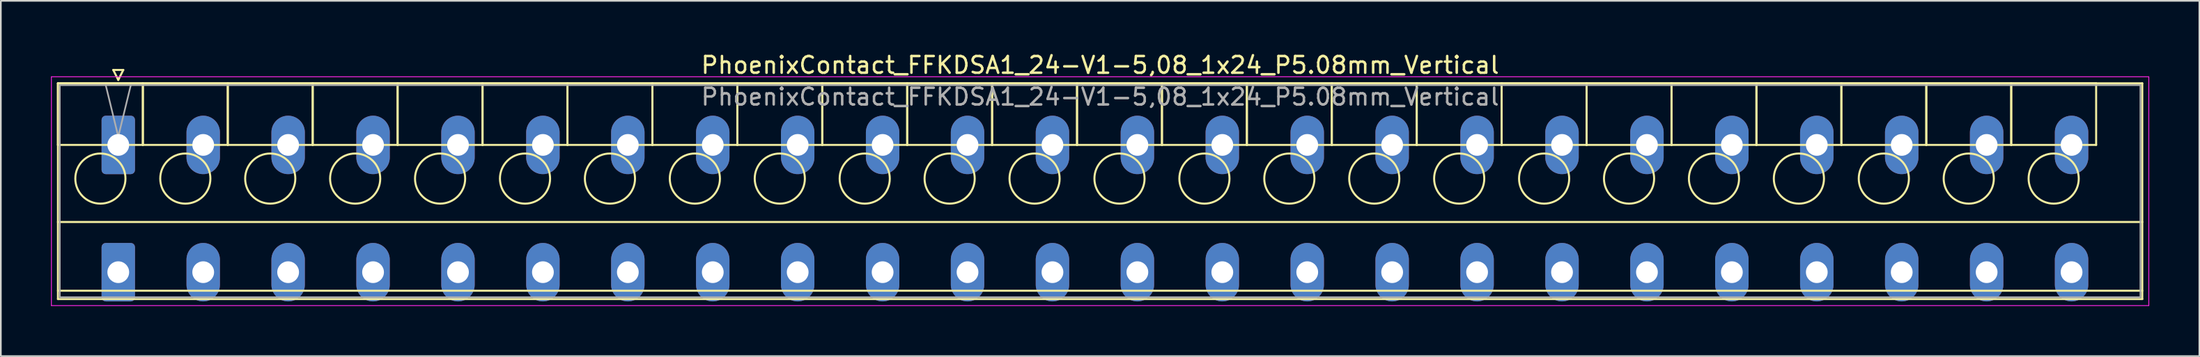
<source format=kicad_pcb>
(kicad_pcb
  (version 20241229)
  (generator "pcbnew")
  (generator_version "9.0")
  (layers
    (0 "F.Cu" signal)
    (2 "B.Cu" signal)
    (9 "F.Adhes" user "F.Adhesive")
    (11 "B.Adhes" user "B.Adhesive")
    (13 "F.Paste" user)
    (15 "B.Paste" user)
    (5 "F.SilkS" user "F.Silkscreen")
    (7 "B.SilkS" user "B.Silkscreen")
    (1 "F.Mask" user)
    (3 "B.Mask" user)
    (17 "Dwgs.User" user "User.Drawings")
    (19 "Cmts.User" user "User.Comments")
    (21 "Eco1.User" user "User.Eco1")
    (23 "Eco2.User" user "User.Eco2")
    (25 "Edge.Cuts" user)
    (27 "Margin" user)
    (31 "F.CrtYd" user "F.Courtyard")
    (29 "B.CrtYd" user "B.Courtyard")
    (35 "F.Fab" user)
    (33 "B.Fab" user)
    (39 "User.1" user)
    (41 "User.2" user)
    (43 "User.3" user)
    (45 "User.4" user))
  (footprint "PhoenixContact_FFKDSA1_24-V1-5,08_1x24_P5.08mm_Vertical"
    (layer "F.Cu")
    (at 4.025 5.628)
    (property "Reference" "PhoenixContact_FFKDSA1_24-V1-5,08_1x24_P5.08mm_Vertical" (at 58.73 -4.78 0) (layer "F.SilkS") (effects (font (size 1 1) (thickness 0.15))))
    (attr through_hole)
    (fp_line (start -3.61 -3.69) (end -3.61 0) (stroke (width 0.12) (type solid)) (layer "F.SilkS"))
    (fp_line (start -3.61 -3.69) (end -3.61 9.23) (stroke (width 0.12) (type solid)) (layer "F.SilkS"))
    (fp_line (start -3.61 0) (end 1.47 0) (stroke (width 0.12) (type solid)) (layer "F.SilkS"))
    (fp_line (start -3.61 4.615) (end 121.07 4.615) (stroke (width 0.12) (type solid)) (layer "F.SilkS"))
    (fp_line (start -3.61 8.73) (end 121.07 8.73) (stroke (width 0.12) (type solid)) (layer "F.SilkS"))
    (fp_line (start -3.61 9.23) (end 121.07 9.23) (stroke (width 0.12) (type solid)) (layer "F.SilkS"))
    (fp_line (start -0.3 -4.49) (end 0.3 -4.49) (stroke (width 0.12) (type solid)) (layer "F.SilkS"))
    (fp_line (start 0 -3.89) (end -0.3 -4.49) (stroke (width 0.12) (type solid)) (layer "F.SilkS"))
    (fp_line (start 0.3 -4.49) (end 0 -3.89) (stroke (width 0.12) (type solid)) (layer "F.SilkS"))
    (fp_line (start 1.47 -3.69) (end -3.61 -3.69) (stroke (width 0.12) (type solid)) (layer "F.SilkS"))
    (fp_line (start 1.47 -3.69) (end 1.47 0) (stroke (width 0.12) (type solid)) (layer "F.SilkS"))
    (fp_line (start 1.47 0) (end 1.47 -3.69) (stroke (width 0.12) (type solid)) (layer "F.SilkS"))
    (fp_line (start 1.47 0) (end 6.55 0) (stroke (width 0.12) (type solid)) (layer "F.SilkS"))
    (fp_line (start 6.55 -3.69) (end 1.47 -3.69) (stroke (width 0.12) (type solid)) (layer "F.SilkS"))
    (fp_line (start 6.55 -3.69) (end 6.55 0) (stroke (width 0.12) (type solid)) (layer "F.SilkS"))
    (fp_line (start 6.55 0) (end 6.55 -3.69) (stroke (width 0.12) (type solid)) (layer "F.SilkS"))
    (fp_line (start 6.55 0) (end 11.63 0) (stroke (width 0.12) (type solid)) (layer "F.SilkS"))
    (fp_line (start 11.63 -3.69) (end 6.55 -3.69) (stroke (width 0.12) (type solid)) (layer "F.SilkS"))
    (fp_line (start 11.63 -3.69) (end 11.63 0) (stroke (width 0.12) (type solid)) (layer "F.SilkS"))
    (fp_line (start 11.63 0) (end 11.63 -3.69) (stroke (width 0.12) (type solid)) (layer "F.SilkS"))
    (fp_line (start 11.63 0) (end 16.71 0) (stroke (width 0.12) (type solid)) (layer "F.SilkS"))
    (fp_line (start 16.71 -3.69) (end 11.63 -3.69) (stroke (width 0.12) (type solid)) (layer "F.SilkS"))
    (fp_line (start 16.71 -3.69) (end 16.71 0) (stroke (width 0.12) (type solid)) (layer "F.SilkS"))
    (fp_line (start 16.71 0) (end 16.71 -3.69) (stroke (width 0.12) (type solid)) (layer "F.SilkS"))
    (fp_line (start 16.71 0) (end 21.79 0) (stroke (width 0.12) (type solid)) (layer "F.SilkS"))
    (fp_line (start 21.79 -3.69) (end 16.71 -3.69) (stroke (width 0.12) (type solid)) (layer "F.SilkS"))
    (fp_line (start 21.79 -3.69) (end 21.79 0) (stroke (width 0.12) (type solid)) (layer "F.SilkS"))
    (fp_line (start 21.79 0) (end 21.79 -3.69) (stroke (width 0.12) (type solid)) (layer "F.SilkS"))
    (fp_line (start 21.79 0) (end 26.87 0) (stroke (width 0.12) (type solid)) (layer "F.SilkS"))
    (fp_line (start 26.87 -3.69) (end 21.79 -3.69) (stroke (width 0.12) (type solid)) (layer "F.SilkS"))
    (fp_line (start 26.87 -3.69) (end 26.87 0) (stroke (width 0.12) (type solid)) (layer "F.SilkS"))
    (fp_line (start 26.87 0) (end 26.87 -3.69) (stroke (width 0.12) (type solid)) (layer "F.SilkS"))
    (fp_line (start 26.87 0) (end 31.95 0) (stroke (width 0.12) (type solid)) (layer "F.SilkS"))
    (fp_line (start 31.95 -3.69) (end 26.87 -3.69) (stroke (width 0.12) (type solid)) (layer "F.SilkS"))
    (fp_line (start 31.95 -3.69) (end 31.95 0) (stroke (width 0.12) (type solid)) (layer "F.SilkS"))
    (fp_line (start 31.95 0) (end 31.95 -3.69) (stroke (width 0.12) (type solid)) (layer "F.SilkS"))
    (fp_line (start 31.95 0) (end 37.03 0) (stroke (width 0.12) (type solid)) (layer "F.SilkS"))
    (fp_line (start 37.03 -3.69) (end 31.95 -3.69) (stroke (width 0.12) (type solid)) (layer "F.SilkS"))
    (fp_line (start 37.03 -3.69) (end 37.03 0) (stroke (width 0.12) (type solid)) (layer "F.SilkS"))
    (fp_line (start 37.03 0) (end 37.03 -3.69) (stroke (width 0.12) (type solid)) (layer "F.SilkS"))
    (fp_line (start 37.03 0) (end 42.11 0) (stroke (width 0.12) (type solid)) (layer "F.SilkS"))
    (fp_line (start 42.11 -3.69) (end 37.03 -3.69) (stroke (width 0.12) (type solid)) (layer "F.SilkS"))
    (fp_line (start 42.11 -3.69) (end 42.11 0) (stroke (width 0.12) (type solid)) (layer "F.SilkS"))
    (fp_line (start 42.11 0) (end 42.11 -3.69) (stroke (width 0.12) (type solid)) (layer "F.SilkS"))
    (fp_line (start 42.11 0) (end 47.19 0) (stroke (width 0.12) (type solid)) (layer "F.SilkS"))
    (fp_line (start 47.19 -3.69) (end 42.11 -3.69) (stroke (width 0.12) (type solid)) (layer "F.SilkS"))
    (fp_line (start 47.19 -3.69) (end 47.19 0) (stroke (width 0.12) (type solid)) (layer "F.SilkS"))
    (fp_line (start 47.19 0) (end 47.19 -3.69) (stroke (width 0.12) (type solid)) (layer "F.SilkS"))
    (fp_line (start 47.19 0) (end 52.27 0) (stroke (width 0.12) (type solid)) (layer "F.SilkS"))
    (fp_line (start 52.27 -3.69) (end 47.19 -3.69) (stroke (width 0.12) (type solid)) (layer "F.SilkS"))
    (fp_line (start 52.27 -3.69) (end 52.27 0) (stroke (width 0.12) (type solid)) (layer "F.SilkS"))
    (fp_line (start 52.27 0) (end 52.27 -3.69) (stroke (width 0.12) (type solid)) (layer "F.SilkS"))
    (fp_line (start 52.27 0) (end 57.35 0) (stroke (width 0.12) (type solid)) (layer "F.SilkS"))
    (fp_line (start 57.35 -3.69) (end 52.27 -3.69) (stroke (width 0.12) (type solid)) (layer "F.SilkS"))
    (fp_line (start 57.35 -3.69) (end 57.35 0) (stroke (width 0.12) (type solid)) (layer "F.SilkS"))
    (fp_line (start 57.35 0) (end 57.35 -3.69) (stroke (width 0.12) (type solid)) (layer "F.SilkS"))
    (fp_line (start 57.35 0) (end 62.43 0) (stroke (width 0.12) (type solid)) (layer "F.SilkS"))
    (fp_line (start 62.43 -3.69) (end 57.35 -3.69) (stroke (width 0.12) (type solid)) (layer "F.SilkS"))
    (fp_line (start 62.43 -3.69) (end 62.43 0) (stroke (width 0.12) (type solid)) (layer "F.SilkS"))
    (fp_line (start 62.43 0) (end 62.43 -3.69) (stroke (width 0.12) (type solid)) (layer "F.SilkS"))
    (fp_line (start 62.43 0) (end 67.51 0) (stroke (width 0.12) (type solid)) (layer "F.SilkS"))
    (fp_line (start 67.51 -3.69) (end 62.43 -3.69) (stroke (width 0.12) (type solid)) (layer "F.SilkS"))
    (fp_line (start 67.51 -3.69) (end 67.51 0) (stroke (width 0.12) (type solid)) (layer "F.SilkS"))
    (fp_line (start 67.51 0) (end 67.51 -3.69) (stroke (width 0.12) (type solid)) (layer "F.SilkS"))
    (fp_line (start 67.51 0) (end 72.59 0) (stroke (width 0.12) (type solid)) (layer "F.SilkS"))
    (fp_line (start 72.59 -3.69) (end 67.51 -3.69) (stroke (width 0.12) (type solid)) (layer "F.SilkS"))
    (fp_line (start 72.59 -3.69) (end 72.59 0) (stroke (width 0.12) (type solid)) (layer "F.SilkS"))
    (fp_line (start 72.59 0) (end 72.59 -3.69) (stroke (width 0.12) (type solid)) (layer "F.SilkS"))
    (fp_line (start 72.59 0) (end 77.67 0) (stroke (width 0.12) (type solid)) (layer "F.SilkS"))
    (fp_line (start 77.67 -3.69) (end 72.59 -3.69) (stroke (width 0.12) (type solid)) (layer "F.SilkS"))
    (fp_line (start 77.67 -3.69) (end 77.67 0) (stroke (width 0.12) (type solid)) (layer "F.SilkS"))
    (fp_line (start 77.67 0) (end 77.67 -3.69) (stroke (width 0.12) (type solid)) (layer "F.SilkS"))
    (fp_line (start 77.67 0) (end 82.75 0) (stroke (width 0.12) (type solid)) (layer "F.SilkS"))
    (fp_line (start 82.75 -3.69) (end 77.67 -3.69) (stroke (width 0.12) (type solid)) (layer "F.SilkS"))
    (fp_line (start 82.75 -3.69) (end 82.75 0) (stroke (width 0.12) (type solid)) (layer "F.SilkS"))
    (fp_line (start 82.75 0) (end 82.75 -3.69) (stroke (width 0.12) (type solid)) (layer "F.SilkS"))
    (fp_line (start 82.75 0) (end 87.83 0) (stroke (width 0.12) (type solid)) (layer "F.SilkS"))
    (fp_line (start 87.83 -3.69) (end 82.75 -3.69) (stroke (width 0.12) (type solid)) (layer "F.SilkS"))
    (fp_line (start 87.83 -3.69) (end 87.83 0) (stroke (width 0.12) (type solid)) (layer "F.SilkS"))
    (fp_line (start 87.83 0) (end 87.83 -3.69) (stroke (width 0.12) (type solid)) (layer "F.SilkS"))
    (fp_line (start 87.83 0) (end 92.91 0) (stroke (width 0.12) (type solid)) (layer "F.SilkS"))
    (fp_line (start 92.91 -3.69) (end 87.83 -3.69) (stroke (width 0.12) (type solid)) (layer "F.SilkS"))
    (fp_line (start 92.91 -3.69) (end 92.91 0) (stroke (width 0.12) (type solid)) (layer "F.SilkS"))
    (fp_line (start 92.91 0) (end 92.91 -3.69) (stroke (width 0.12) (type solid)) (layer "F.SilkS"))
    (fp_line (start 92.91 0) (end 97.99 0) (stroke (width 0.12) (type solid)) (layer "F.SilkS"))
    (fp_line (start 97.99 -3.69) (end 92.91 -3.69) (stroke (width 0.12) (type solid)) (layer "F.SilkS"))
    (fp_line (start 97.99 -3.69) (end 97.99 0) (stroke (width 0.12) (type solid)) (layer "F.SilkS"))
    (fp_line (start 97.99 0) (end 97.99 -3.69) (stroke (width 0.12) (type solid)) (layer "F.SilkS"))
    (fp_line (start 97.99 0) (end 103.07 0) (stroke (width 0.12) (type solid)) (layer "F.SilkS"))
    (fp_line (start 103.07 -3.69) (end 97.99 -3.69) (stroke (width 0.12) (type solid)) (layer "F.SilkS"))
    (fp_line (start 103.07 -3.69) (end 103.07 0) (stroke (width 0.12) (type solid)) (layer "F.SilkS"))
    (fp_line (start 103.07 0) (end 103.07 -3.69) (stroke (width 0.12) (type solid)) (layer "F.SilkS"))
    (fp_line (start 103.07 0) (end 108.15 0) (stroke (width 0.12) (type solid)) (layer "F.SilkS"))
    (fp_line (start 108.15 -3.69) (end 103.07 -3.69) (stroke (width 0.12) (type solid)) (layer "F.SilkS"))
    (fp_line (start 108.15 -3.69) (end 108.15 0) (stroke (width 0.12) (type solid)) (layer "F.SilkS"))
    (fp_line (start 108.15 0) (end 108.15 -3.69) (stroke (width 0.12) (type solid)) (layer "F.SilkS"))
    (fp_line (start 108.15 0) (end 113.23 0) (stroke (width 0.12) (type solid)) (layer "F.SilkS"))
    (fp_line (start 113.23 -3.69) (end 108.15 -3.69) (stroke (width 0.12) (type solid)) (layer "F.SilkS"))
    (fp_line (start 113.23 -3.69) (end 113.23 0) (stroke (width 0.12) (type solid)) (layer "F.SilkS"))
    (fp_line (start 113.23 0) (end 113.23 -3.69) (stroke (width 0.12) (type solid)) (layer "F.SilkS"))
    (fp_line (start 113.23 0) (end 118.31 0) (stroke (width 0.12) (type solid)) (layer "F.SilkS"))
    (fp_line (start 118.31 -3.69) (end 113.23 -3.69) (stroke (width 0.12) (type solid)) (layer "F.SilkS"))
    (fp_line (start 118.31 0) (end 118.31 -3.69) (stroke (width 0.12) (type solid)) (layer "F.SilkS"))
    (fp_line (start 121.07 -3.69) (end -3.61 -3.69) (stroke (width 0.12) (type solid)) (layer "F.SilkS"))
    (fp_line (start 121.07 9.23) (end 121.07 -3.69) (stroke (width 0.12) (type solid)) (layer "F.SilkS"))
    (fp_circle (center -1.07 2.015) (end 0.43 2.015) (stroke (width 0.12) (type solid)) (fill no) (layer "F.SilkS"))
    (fp_circle (center 4.01 2.015) (end 5.51 2.015) (stroke (width 0.12) (type solid)) (fill no) (layer "F.SilkS"))
    (fp_circle (center 9.09 2.015) (end 10.59 2.015) (stroke (width 0.12) (type solid)) (fill no) (layer "F.SilkS"))
    (fp_circle (center 14.17 2.015) (end 15.67 2.015) (stroke (width 0.12) (type solid)) (fill no) (layer "F.SilkS"))
    (fp_circle (center 19.25 2.015) (end 20.75 2.015) (stroke (width 0.12) (type solid)) (fill no) (layer "F.SilkS"))
    (fp_circle (center 24.33 2.015) (end 25.83 2.015) (stroke (width 0.12) (type solid)) (fill no) (layer "F.SilkS"))
    (fp_circle (center 29.41 2.015) (end 30.91 2.015) (stroke (width 0.12) (type solid)) (fill no) (layer "F.SilkS"))
    (fp_circle (center 34.49 2.015) (end 35.99 2.015) (stroke (width 0.12) (type solid)) (fill no) (layer "F.SilkS"))
    (fp_circle (center 39.57 2.015) (end 41.07 2.015) (stroke (width 0.12) (type solid)) (fill no) (layer "F.SilkS"))
    (fp_circle (center 44.65 2.015) (end 46.15 2.015) (stroke (width 0.12) (type solid)) (fill no) (layer "F.SilkS"))
    (fp_circle (center 49.73 2.015) (end 51.23 2.015) (stroke (width 0.12) (type solid)) (fill no) (layer "F.SilkS"))
    (fp_circle (center 54.81 2.015) (end 56.31 2.015) (stroke (width 0.12) (type solid)) (fill no) (layer "F.SilkS"))
    (fp_circle (center 59.89 2.015) (end 61.39 2.015) (stroke (width 0.12) (type solid)) (fill no) (layer "F.SilkS"))
    (fp_circle (center 64.97 2.015) (end 66.47 2.015) (stroke (width 0.12) (type solid)) (fill no) (layer "F.SilkS"))
    (fp_circle (center 70.05 2.015) (end 71.55 2.015) (stroke (width 0.12) (type solid)) (fill no) (layer "F.SilkS"))
    (fp_circle (center 75.13 2.015) (end 76.63 2.015) (stroke (width 0.12) (type solid)) (fill no) (layer "F.SilkS"))
    (fp_circle (center 80.21 2.015) (end 81.71 2.015) (stroke (width 0.12) (type solid)) (fill no) (layer "F.SilkS"))
    (fp_circle (center 85.29 2.015) (end 86.79 2.015) (stroke (width 0.12) (type solid)) (fill no) (layer "F.SilkS"))
    (fp_circle (center 90.37 2.015) (end 91.87 2.015) (stroke (width 0.12) (type solid)) (fill no) (layer "F.SilkS"))
    (fp_circle (center 95.45 2.015) (end 96.95 2.015) (stroke (width 0.12) (type solid)) (fill no) (layer "F.SilkS"))
    (fp_circle (center 100.53 2.015) (end 102.03 2.015) (stroke (width 0.12) (type solid)) (fill no) (layer "F.SilkS"))
    (fp_circle (center 105.61 2.015) (end 107.11 2.015) (stroke (width 0.12) (type solid)) (fill no) (layer "F.SilkS"))
    (fp_circle (center 110.69 2.015) (end 112.19 2.015) (stroke (width 0.12) (type solid)) (fill no) (layer "F.SilkS"))
    (fp_circle (center 115.77 2.015) (end 117.27 2.015) (stroke (width 0.12) (type solid)) (fill no) (layer "F.SilkS"))
    (fp_line (start -4 -4.08) (end -4 9.62) (stroke (width 0.05) (type solid)) (layer "F.CrtYd"))
    (fp_line (start -4 9.62) (end 121.46 9.62) (stroke (width 0.05) (type solid)) (layer "F.CrtYd"))
    (fp_line (start 121.46 -4.08) (end -4 -4.08) (stroke (width 0.05) (type solid)) (layer "F.CrtYd"))
    (fp_line (start 121.46 9.62) (end 121.46 -4.08) (stroke (width 0.05) (type solid)) (layer "F.CrtYd"))
    (fp_line (start -3.5 -3.58) (end -3.5 9.12) (stroke (width 0.1) (type solid)) (layer "F.Fab"))
    (fp_line (start -3.5 9.12) (end 120.96 9.12) (stroke (width 0.1) (type solid)) (layer "F.Fab"))
    (fp_line (start 0 -0.5) (end -0.75 -3.58) (stroke (width 0.1) (type solid)) (layer "F.Fab"))
    (fp_line (start 0.75 -3.58) (end 0 -0.5) (stroke (width 0.1) (type solid)) (layer "F.Fab"))
    (fp_line (start 120.96 -3.58) (end -3.5 -3.58) (stroke (width 0.1) (type solid)) (layer "F.Fab"))
    (fp_line (start 120.96 9.12) (end 120.96 -3.58) (stroke (width 0.1) (type solid)) (layer "F.Fab"))
    (fp_text user "${REFERENCE}" (at 58.73 -2.88 0) (layer "F.Fab") (effects (font (size 1 1) (thickness 0.15))))
    (pad "1" thru_hole roundrect (at 0 0) (size 2 3.5) (drill 1.3) (layers "*.Cu" "*.Mask") (roundrect_rratio 0.125))
    (pad "1" thru_hole roundrect (at 0 7.62) (size 2 3.5) (drill 1.3) (layers "*.Cu" "*.Mask") (roundrect_rratio 0.125))
    (pad "2" thru_hole oval (at 5.08 0) (size 2 3.5) (drill 1.3) (layers "*.Cu" "*.Mask"))
    (pad "2" thru_hole oval (at 5.08 7.62) (size 2 3.5) (drill 1.3) (layers "*.Cu" "*.Mask"))
    (pad "3" thru_hole oval (at 10.16 0) (size 2 3.5) (drill 1.3) (layers "*.Cu" "*.Mask"))
    (pad "3" thru_hole oval (at 10.16 7.62) (size 2 3.5) (drill 1.3) (layers "*.Cu" "*.Mask"))
    (pad "4" thru_hole oval (at 15.24 0) (size 2 3.5) (drill 1.3) (layers "*.Cu" "*.Mask"))
    (pad "4" thru_hole oval (at 15.24 7.62) (size 2 3.5) (drill 1.3) (layers "*.Cu" "*.Mask"))
    (pad "5" thru_hole oval (at 20.32 0) (size 2 3.5) (drill 1.3) (layers "*.Cu" "*.Mask"))
    (pad "5" thru_hole oval (at 20.32 7.62) (size 2 3.5) (drill 1.3) (layers "*.Cu" "*.Mask"))
    (pad "6" thru_hole oval (at 25.4 0) (size 2 3.5) (drill 1.3) (layers "*.Cu" "*.Mask"))
    (pad "6" thru_hole oval (at 25.4 7.62) (size 2 3.5) (drill 1.3) (layers "*.Cu" "*.Mask"))
    (pad "7" thru_hole oval (at 30.48 0) (size 2 3.5) (drill 1.3) (layers "*.Cu" "*.Mask"))
    (pad "7" thru_hole oval (at 30.48 7.62) (size 2 3.5) (drill 1.3) (layers "*.Cu" "*.Mask"))
    (pad "8" thru_hole oval (at 35.56 0) (size 2 3.5) (drill 1.3) (layers "*.Cu" "*.Mask"))
    (pad "8" thru_hole oval (at 35.56 7.62) (size 2 3.5) (drill 1.3) (layers "*.Cu" "*.Mask"))
    (pad "9" thru_hole oval (at 40.64 0) (size 2 3.5) (drill 1.3) (layers "*.Cu" "*.Mask"))
    (pad "9" thru_hole oval (at 40.64 7.62) (size 2 3.5) (drill 1.3) (layers "*.Cu" "*.Mask"))
    (pad "10" thru_hole oval (at 45.72 0) (size 2 3.5) (drill 1.3) (layers "*.Cu" "*.Mask"))
    (pad "10" thru_hole oval (at 45.72 7.62) (size 2 3.5) (drill 1.3) (layers "*.Cu" "*.Mask"))
    (pad "11" thru_hole oval (at 50.8 0) (size 2 3.5) (drill 1.3) (layers "*.Cu" "*.Mask"))
    (pad "11" thru_hole oval (at 50.8 7.62) (size 2 3.5) (drill 1.3) (layers "*.Cu" "*.Mask"))
    (pad "12" thru_hole oval (at 55.88 0) (size 2 3.5) (drill 1.3) (layers "*.Cu" "*.Mask"))
    (pad "12" thru_hole oval (at 55.88 7.62) (size 2 3.5) (drill 1.3) (layers "*.Cu" "*.Mask"))
    (pad "13" thru_hole oval (at 60.96 0) (size 2 3.5) (drill 1.3) (layers "*.Cu" "*.Mask"))
    (pad "13" thru_hole oval (at 60.96 7.62) (size 2 3.5) (drill 1.3) (layers "*.Cu" "*.Mask"))
    (pad "14" thru_hole oval (at 66.04 0) (size 2 3.5) (drill 1.3) (layers "*.Cu" "*.Mask"))
    (pad "14" thru_hole oval (at 66.04 7.62) (size 2 3.5) (drill 1.3) (layers "*.Cu" "*.Mask"))
    (pad "15" thru_hole oval (at 71.12 0) (size 2 3.5) (drill 1.3) (layers "*.Cu" "*.Mask"))
    (pad "15" thru_hole oval (at 71.12 7.62) (size 2 3.5) (drill 1.3) (layers "*.Cu" "*.Mask"))
    (pad "16" thru_hole oval (at 76.2 0) (size 2 3.5) (drill 1.3) (layers "*.Cu" "*.Mask"))
    (pad "16" thru_hole oval (at 76.2 7.62) (size 2 3.5) (drill 1.3) (layers "*.Cu" "*.Mask"))
    (pad "17" thru_hole oval (at 81.28 0) (size 2 3.5) (drill 1.3) (layers "*.Cu" "*.Mask"))
    (pad "17" thru_hole oval (at 81.28 7.62) (size 2 3.5) (drill 1.3) (layers "*.Cu" "*.Mask"))
    (pad "18" thru_hole oval (at 86.36 0) (size 2 3.5) (drill 1.3) (layers "*.Cu" "*.Mask"))
    (pad "18" thru_hole oval (at 86.36 7.62) (size 2 3.5) (drill 1.3) (layers "*.Cu" "*.Mask"))
    (pad "19" thru_hole oval (at 91.44 0) (size 2 3.5) (drill 1.3) (layers "*.Cu" "*.Mask"))
    (pad "19" thru_hole oval (at 91.44 7.62) (size 2 3.5) (drill 1.3) (layers "*.Cu" "*.Mask"))
    (pad "20" thru_hole oval (at 96.52 0) (size 2 3.5) (drill 1.3) (layers "*.Cu" "*.Mask"))
    (pad "20" thru_hole oval (at 96.52 7.62) (size 2 3.5) (drill 1.3) (layers "*.Cu" "*.Mask"))
    (pad "21" thru_hole oval (at 101.6 0) (size 2 3.5) (drill 1.3) (layers "*.Cu" "*.Mask"))
    (pad "21" thru_hole oval (at 101.6 7.62) (size 2 3.5) (drill 1.3) (layers "*.Cu" "*.Mask"))
    (pad "22" thru_hole oval (at 106.68 0) (size 2 3.5) (drill 1.3) (layers "*.Cu" "*.Mask"))
    (pad "22" thru_hole oval (at 106.68 7.62) (size 2 3.5) (drill 1.3) (layers "*.Cu" "*.Mask"))
    (pad "23" thru_hole oval (at 111.76 0) (size 2 3.5) (drill 1.3) (layers "*.Cu" "*.Mask"))
    (pad "23" thru_hole oval (at 111.76 7.62) (size 2 3.5) (drill 1.3) (layers "*.Cu" "*.Mask"))
    (pad "24" thru_hole oval (at 116.84 0) (size 2 3.5) (drill 1.3) (layers "*.Cu" "*.Mask"))
    (pad "24" thru_hole oval (at 116.84 7.62) (size 2 3.5) (drill 1.3) (layers "*.Cu" "*.Mask")))
  (gr_rect
    (start -3 -3)
    (end 128.51 18.273)
    (stroke (width 0.1) (type default))
    (fill no)
    (layer "Edge.Cuts")))
</source>
